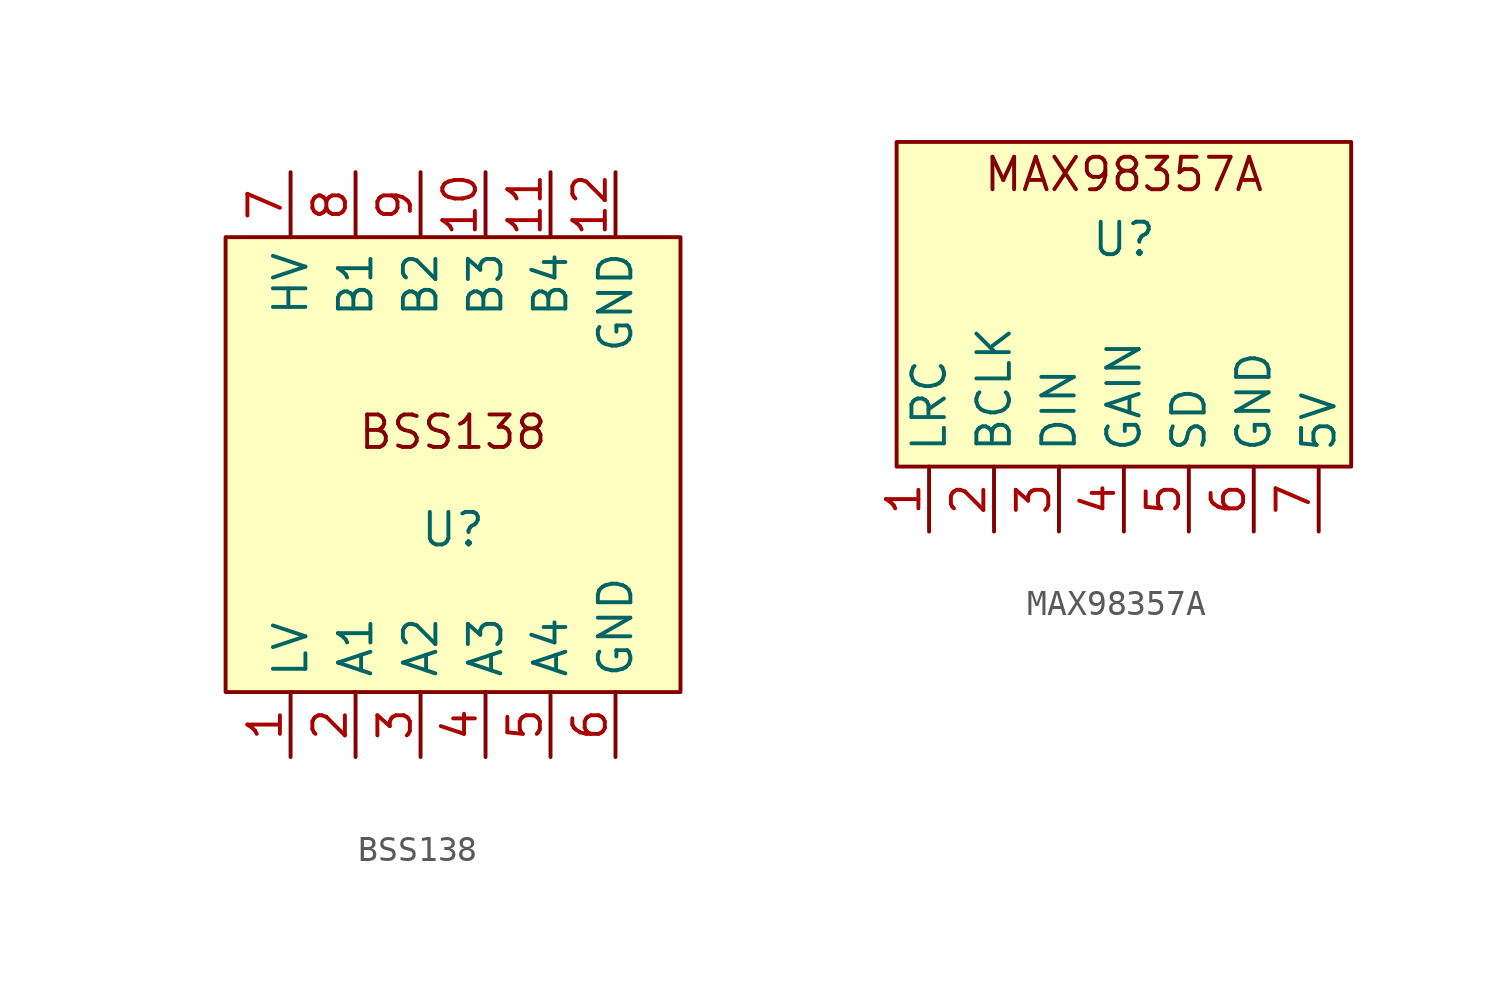
<source format=kicad_sym>
(kicad_symbol_lib
  (version 20220914)
  (generator kicad_symbol_editor)
  (symbol "BSS138"
    (property "Reference" "U"
      (at 11.43 7.62 0)
      (effects (font (size 1.27 1.27))))
    (property "Value" ""
      (at 0 0 0)
      (effects (font (size 1.27 1.27))))
    (symbol "BSS138_1_1"
      (rectangle (start 2.54 19.05) (end 20.32 1.27) (stroke (width 0) (type default)) (fill (type background)))
      (text "BSS138" (at 11.43 11.43 0) (effects (font (size 1.27 1.27))))
      (pin input line (at 5.08 -1.27 90) (length 2.54) (name "LV" (effects (font (size 1.27 1.27)))) (number "1" (effects (font (size 1.27 1.27)))))
      (pin input line (at 12.7 21.59 270) (length 2.54) (name "B3" (effects (font (size 1.27 1.27)))) (number "10" (effects (font (size 1.27 1.27)))))
      (pin input line (at 15.24 21.59 270) (length 2.54) (name "B4" (effects (font (size 1.27 1.27)))) (number "11" (effects (font (size 1.27 1.27)))))
      (pin input line (at 17.78 21.59 270) (length 2.54) (name "GND" (effects (font (size 1.27 1.27)))) (number "12" (effects (font (size 1.27 1.27)))))
      (pin input line (at 7.62 -1.27 90) (length 2.54) (name "A1" (effects (font (size 1.27 1.27)))) (number "2" (effects (font (size 1.27 1.27)))))
      (pin input line (at 10.16 -1.27 90) (length 2.54) (name "A2" (effects (font (size 1.27 1.27)))) (number "3" (effects (font (size 1.27 1.27)))))
      (pin input line (at 12.7 -1.27 90) (length 2.54) (name "A3" (effects (font (size 1.27 1.27)))) (number "4" (effects (font (size 1.27 1.27)))))
      (pin input line (at 15.24 -1.27 90) (length 2.54) (name "A4" (effects (font (size 1.27 1.27)))) (number "5" (effects (font (size 1.27 1.27)))))
      (pin input line (at 17.78 -1.27 90) (length 2.54) (name "GND" (effects (font (size 1.27 1.27)))) (number "6" (effects (font (size 1.27 1.27)))))
      (pin input line (at 5.08 21.59 270) (length 2.54) (name "HV" (effects (font (size 1.27 1.27)))) (number "7" (effects (font (size 1.27 1.27)))))
      (pin input line (at 7.62 21.59 270) (length 2.54) (name "B1" (effects (font (size 1.27 1.27)))) (number "8" (effects (font (size 1.27 1.27)))))
      (pin input line (at 10.16 21.59 270) (length 2.54) (name "B2" (effects (font (size 1.27 1.27)))) (number "9" (effects (font (size 1.27 1.27)))))))
  (symbol "MAX98357A"
    (property "Reference" "U"
      (at 0 8.89 0)
      (effects (font (size 1.27 1.27))))
    (property "Value" ""
      (at -3.81 -2.54 0)
      (effects (font (size 1.27 1.27))))
    (symbol "MAX98357A_1_1"
      (rectangle (start -8.89 12.7) (end 8.89 0) (stroke (width 0) (type default)) (fill (type background)))
      (text "MAX98357A" (at 0 11.43 0) (effects (font (size 1.27 1.27))))
      (pin input line (at -7.62 -2.54 90) (length 2.54) (name "LRC" (effects (font (size 1.27 1.27)))) (number "1" (effects (font (size 1.27 1.27)))))
      (pin input line (at -5.08 -2.54 90) (length 2.54) (name "BCLK" (effects (font (size 1.27 1.27)))) (number "2" (effects (font (size 1.27 1.27)))))
      (pin input line (at -2.54 -2.54 90) (length 2.54) (name "DIN" (effects (font (size 1.27 1.27)))) (number "3" (effects (font (size 1.27 1.27)))))
      (pin input line (at 0 -2.54 90) (length 2.54) (name "GAIN" (effects (font (size 1.27 1.27)))) (number "4" (effects (font (size 1.27 1.27)))))
      (pin input line (at 2.54 -2.54 90) (length 2.54) (name "SD" (effects (font (size 1.27 1.27)))) (number "5" (effects (font (size 1.27 1.27)))))
      (pin input line (at 5.08 -2.54 90) (length 2.54) (name "GND" (effects (font (size 1.27 1.27)))) (number "6" (effects (font (size 1.27 1.27)))))
      (pin input line (at 7.62 -2.54 90) (length 2.54) (name "5V" (effects (font (size 1.27 1.27)))) (number "7" (effects (font (size 1.27 1.27))))))))
</source>
